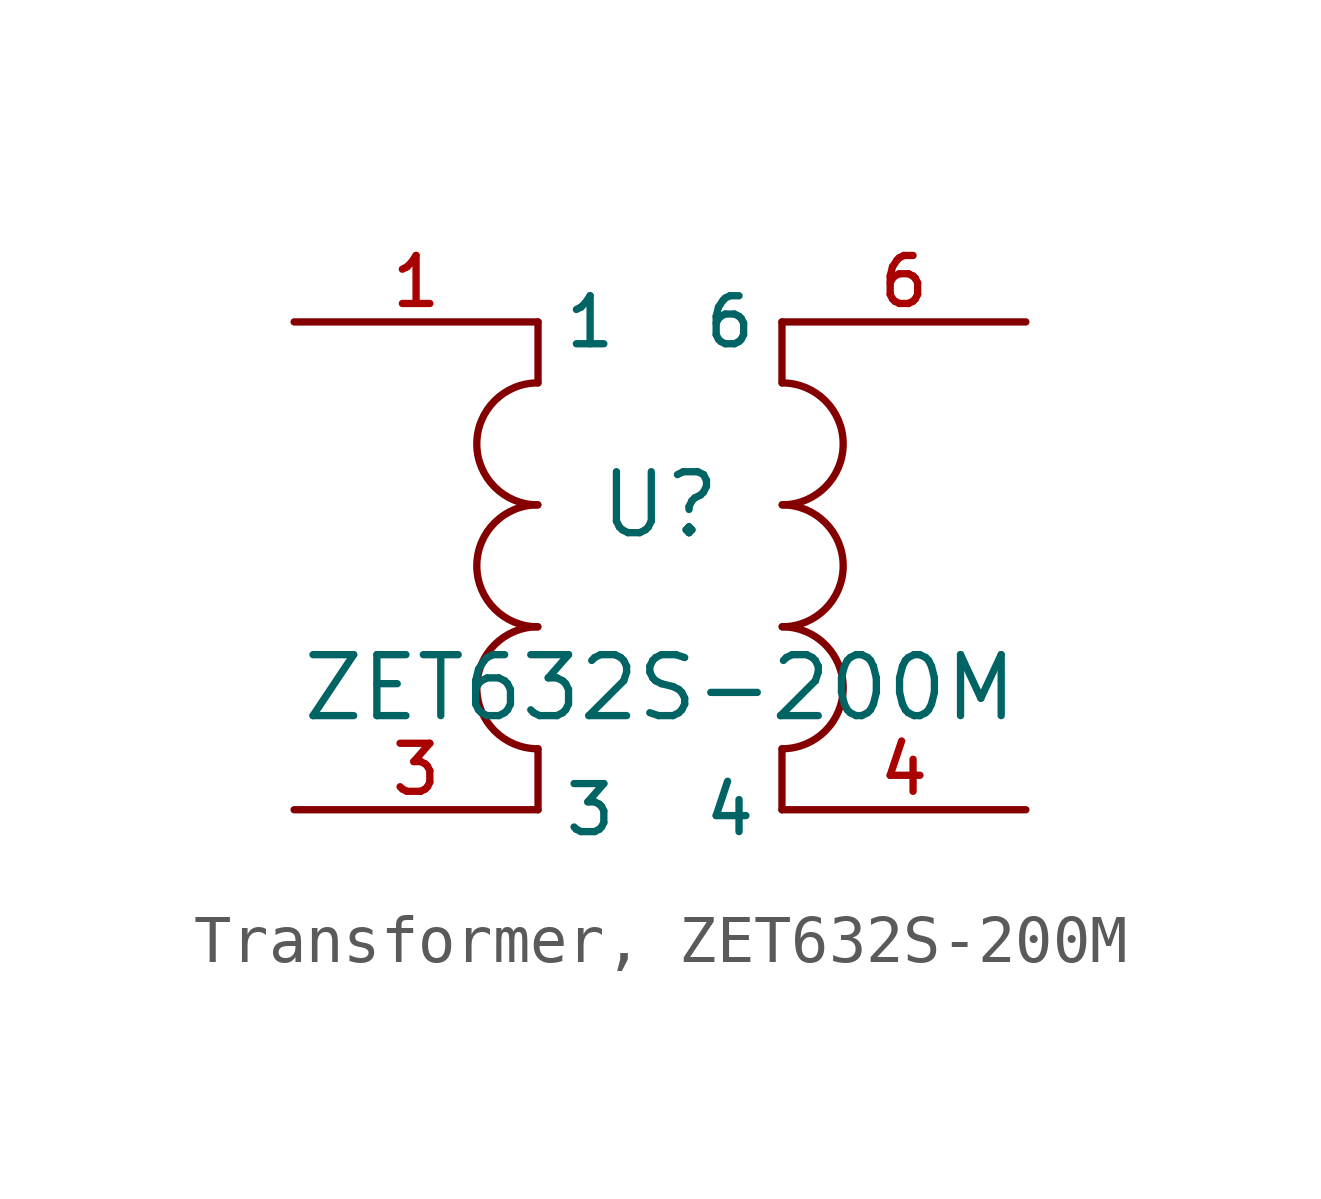
<source format=kicad_sym>
(kicad_symbol_lib
  (version 20231120)
  (generator "CDFER_Archive_Tool")
  (generator_version "0.0")
  (symbol "Transformer, ZET632S-200M"
    (property "Reference" "U"
      (at 0 1.27 0)
      (effects (font (size 1.27 1.27))))
    (property "Value" "ZET632S-200M"
      (at 0 -2.54 0)
      (effects (font (size 1.27 1.27))))
    (symbol "Transformer, ZET632S-200M_0_1"
      (arc (start -2.5455 -1.27) (mid -3.81 -2.54) (end -2.5455 -3.81) (stroke (width 0) (type default)) (fill (type none)))
      (arc (start -2.5455 1.27) (mid -3.81 0) (end -2.5455 -1.27) (stroke (width 0) (type default)) (fill (type none)))
      (arc (start -2.5455 3.81) (mid -3.81 2.54) (end -2.5455 1.27) (stroke (width 0) (type default)) (fill (type none)))
      (polyline (pts (xy -2.54 -3.81) (xy -2.54 -5.08)) (stroke (width 0) (type default)) (fill (type none)))
      (polyline (pts (xy -2.54 5.08) (xy -2.54 3.81)) (stroke (width 0) (type default)) (fill (type none)))
      (polyline (pts (xy 2.54 -3.81) (xy 2.54 -5.08)) (stroke (width 0) (type default)) (fill (type none)))
      (polyline (pts (xy 2.54 3.81) (xy 2.54 5.08)) (stroke (width 0) (type default)) (fill (type none)))
      (arc (start 2.5455 -3.81) (mid 3.81 -2.54) (end 2.5455 -1.27) (stroke (width 0) (type default)) (fill (type none)))
      (arc (start 2.5455 -1.27) (mid 3.81 0) (end 2.5455 1.27) (stroke (width 0) (type default)) (fill (type none)))
      (arc (start 2.5455 1.27) (mid 3.81 2.54) (end 2.5455 3.81) (stroke (width 0) (type default)) (fill (type none)))
      (pin unspecified line (at -7.62 5.08 0) (length 5.08) (name "1" (effects (font (size 1 1)))) (number "1" (effects (font (size 1 1)))))
      (pin unspecified line (at -7.62 -5.08 0) (length 5.08) (name "3" (effects (font (size 1 1)))) (number "3" (effects (font (size 1 1)))))
      (pin unspecified line (at 7.62 -5.08 180) (length 5.08) (name "4" (effects (font (size 1 1)))) (number "4" (effects (font (size 1 1)))))
      (pin unspecified line (at 7.62 5.08 180) (length 5.08) (name "6" (effects (font (size 1 1)))) (number "6" (effects (font (size 1 1))))))))
</source>
